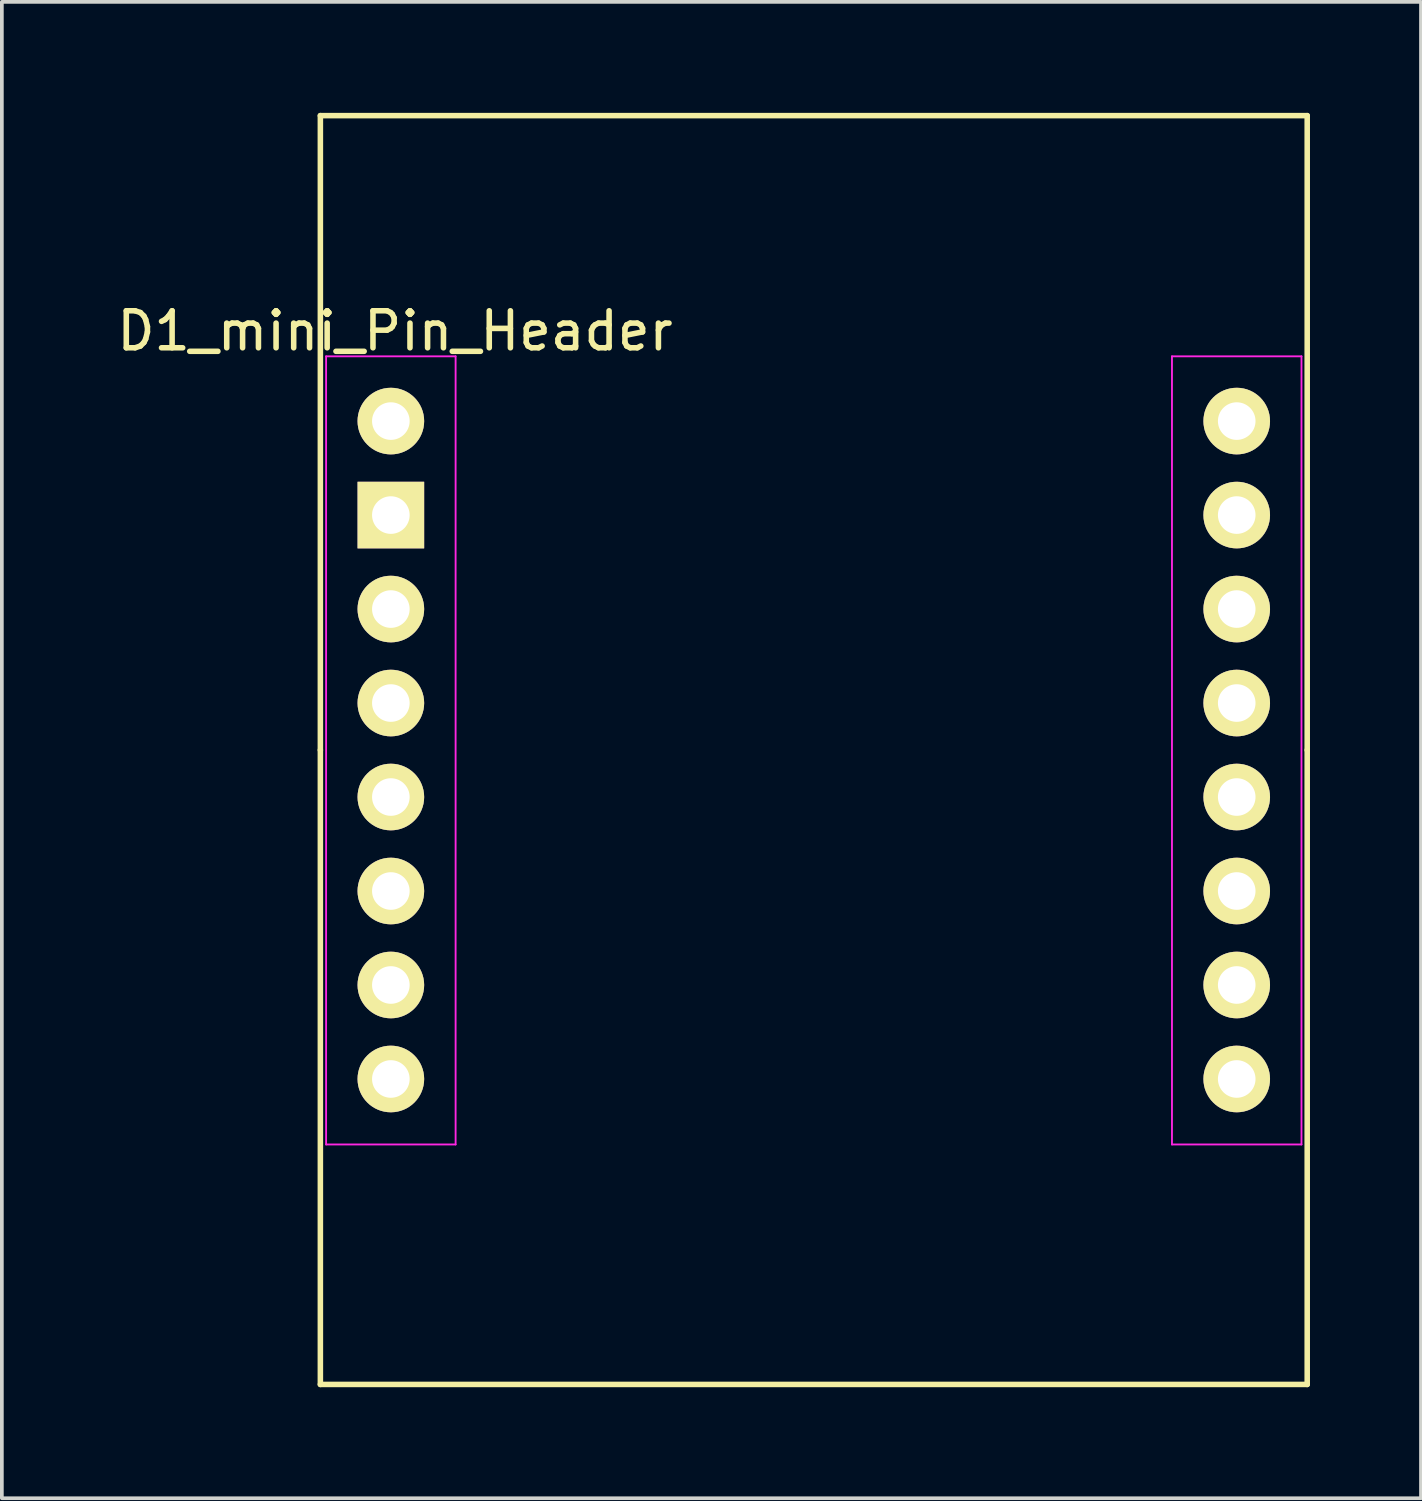
<source format=kicad_pcb>
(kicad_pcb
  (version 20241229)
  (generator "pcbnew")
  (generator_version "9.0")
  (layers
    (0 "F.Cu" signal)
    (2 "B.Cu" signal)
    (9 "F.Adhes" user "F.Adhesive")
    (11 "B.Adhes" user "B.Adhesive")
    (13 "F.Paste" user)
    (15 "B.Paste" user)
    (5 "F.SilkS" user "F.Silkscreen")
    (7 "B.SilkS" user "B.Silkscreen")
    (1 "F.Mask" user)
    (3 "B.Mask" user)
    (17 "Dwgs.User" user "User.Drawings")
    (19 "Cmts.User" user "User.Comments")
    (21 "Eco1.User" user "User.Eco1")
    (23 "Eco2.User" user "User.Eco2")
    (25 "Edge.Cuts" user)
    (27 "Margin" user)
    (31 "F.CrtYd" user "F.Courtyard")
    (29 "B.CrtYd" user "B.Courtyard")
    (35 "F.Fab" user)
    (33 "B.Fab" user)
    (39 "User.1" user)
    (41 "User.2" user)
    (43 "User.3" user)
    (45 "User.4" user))
  (footprint "D1_mini_Pin_Header"
    (layer "F.Cu")
    (at 7.513 8.33)
    (property "Reference" "D1_mini_Pin_Header" (at 0.112 -2.436 0) (layer "F.SilkS") (effects (font (size 1 1) (thickness 0.15))))
    (attr through_hole)
    (fp_line (start -1.905 -8.255) (end -1.905 8.89) (stroke (width 0.15) (type solid)) (layer "F.SilkS"))
    (fp_line (start -1.905 8.89) (end -1.905 26.035) (stroke (width 0.15) (type solid)) (layer "F.SilkS"))
    (fp_line (start -1.905 26.035) (end 24.765 26.035) (stroke (width 0.15) (type solid)) (layer "F.SilkS"))
    (fp_line (start 24.765 -8.255) (end -1.905 -8.255) (stroke (width 0.15) (type solid)) (layer "F.SilkS"))
    (fp_line (start 24.765 8.89) (end 24.765 -8.255) (stroke (width 0.15) (type solid)) (layer "F.SilkS"))
    (fp_line (start 24.765 26.035) (end 24.765 8.89) (stroke (width 0.15) (type solid)) (layer "F.SilkS"))
    (fp_line (start -1.75 -1.75) (end -1.75 19.55) (stroke (width 0.05) (type solid)) (layer "F.CrtYd"))
    (fp_line (start -1.75 -1.75) (end 1.75 -1.75) (stroke (width 0.05) (type solid)) (layer "F.CrtYd"))
    (fp_line (start -1.75 19.55) (end 1.75 19.55) (stroke (width 0.05) (type solid)) (layer "F.CrtYd"))
    (fp_line (start 1.75 -1.75) (end 1.75 19.55) (stroke (width 0.05) (type solid)) (layer "F.CrtYd"))
    (fp_line (start 21.11 -1.75) (end 21.11 19.55) (stroke (width 0.05) (type solid)) (layer "F.CrtYd"))
    (fp_line (start 21.11 -1.75) (end 24.61 -1.75) (stroke (width 0.05) (type solid)) (layer "F.CrtYd"))
    (fp_line (start 21.11 19.55) (end 24.61 19.55) (stroke (width 0.05) (type solid)) (layer "F.CrtYd"))
    (fp_line (start 24.61 -1.75) (end 24.61 19.55) (stroke (width 0.05) (type solid)) (layer "F.CrtYd"))
    (pad "1" thru_hole circle (at 0 0) (size 1.8 1.8) (drill 1.016) (layers "*.Cu" "*.Mask" "F.SilkS"))
    (pad "2" thru_hole rect (at 0 2.54) (size 1.8 1.8) (drill 1.016) (layers "*.Cu" "*.Mask" "F.SilkS"))
    (pad "3" thru_hole oval (at 0 5.08) (size 1.8 1.8) (drill 1.016) (layers "*.Cu" "*.Mask" "F.SilkS"))
    (pad "4" thru_hole oval (at 0 7.62) (size 1.8 1.8) (drill 1.016) (layers "*.Cu" "*.Mask" "F.SilkS"))
    (pad "5" thru_hole oval (at 0 10.16) (size 1.8 1.8) (drill 1.016) (layers "*.Cu" "*.Mask" "F.SilkS"))
    (pad "6" thru_hole oval (at 0 12.7) (size 1.8 1.8) (drill 1.016) (layers "*.Cu" "*.Mask" "F.SilkS"))
    (pad "7" thru_hole oval (at 0 15.24) (size 1.8 1.8) (drill 1.016) (layers "*.Cu" "*.Mask" "F.SilkS"))
    (pad "8" thru_hole oval (at 0 17.78) (size 1.8 1.8) (drill 1.016) (layers "*.Cu" "*.Mask" "F.SilkS"))
    (pad "9" thru_hole oval (at 22.86 17.78) (size 1.8 1.8) (drill 1.016) (layers "*.Cu" "*.Mask" "F.SilkS"))
    (pad "10" thru_hole oval (at 22.86 15.24) (size 1.8 1.8) (drill 1.016) (layers "*.Cu" "*.Mask" "F.SilkS"))
    (pad "11" thru_hole oval (at 22.86 12.7) (size 1.8 1.8) (drill 1.016) (layers "*.Cu" "*.Mask" "F.SilkS"))
    (pad "12" thru_hole oval (at 22.86 10.16) (size 1.8 1.8) (drill 1.016) (layers "*.Cu" "*.Mask" "F.SilkS"))
    (pad "13" thru_hole oval (at 22.86 7.62) (size 1.8 1.8) (drill 1.016) (layers "*.Cu" "*.Mask" "F.SilkS"))
    (pad "14" thru_hole oval (at 22.86 5.08) (size 1.8 1.8) (drill 1.016) (layers "*.Cu" "*.Mask" "F.SilkS"))
    (pad "15" thru_hole oval (at 22.86 2.54) (size 1.8 1.8) (drill 1.016) (layers "*.Cu" "*.Mask" "F.SilkS"))
    (pad "16" thru_hole circle (at 22.86 0) (size 1.8 1.8) (drill 1.016) (layers "*.Cu" "*.Mask" "F.SilkS")))
  (gr_rect
    (start -3 -3)
    (end 35.353 37.44)
    (stroke (width 0.1) (type default))
    (fill no)
    (layer "Edge.Cuts")))
</source>
